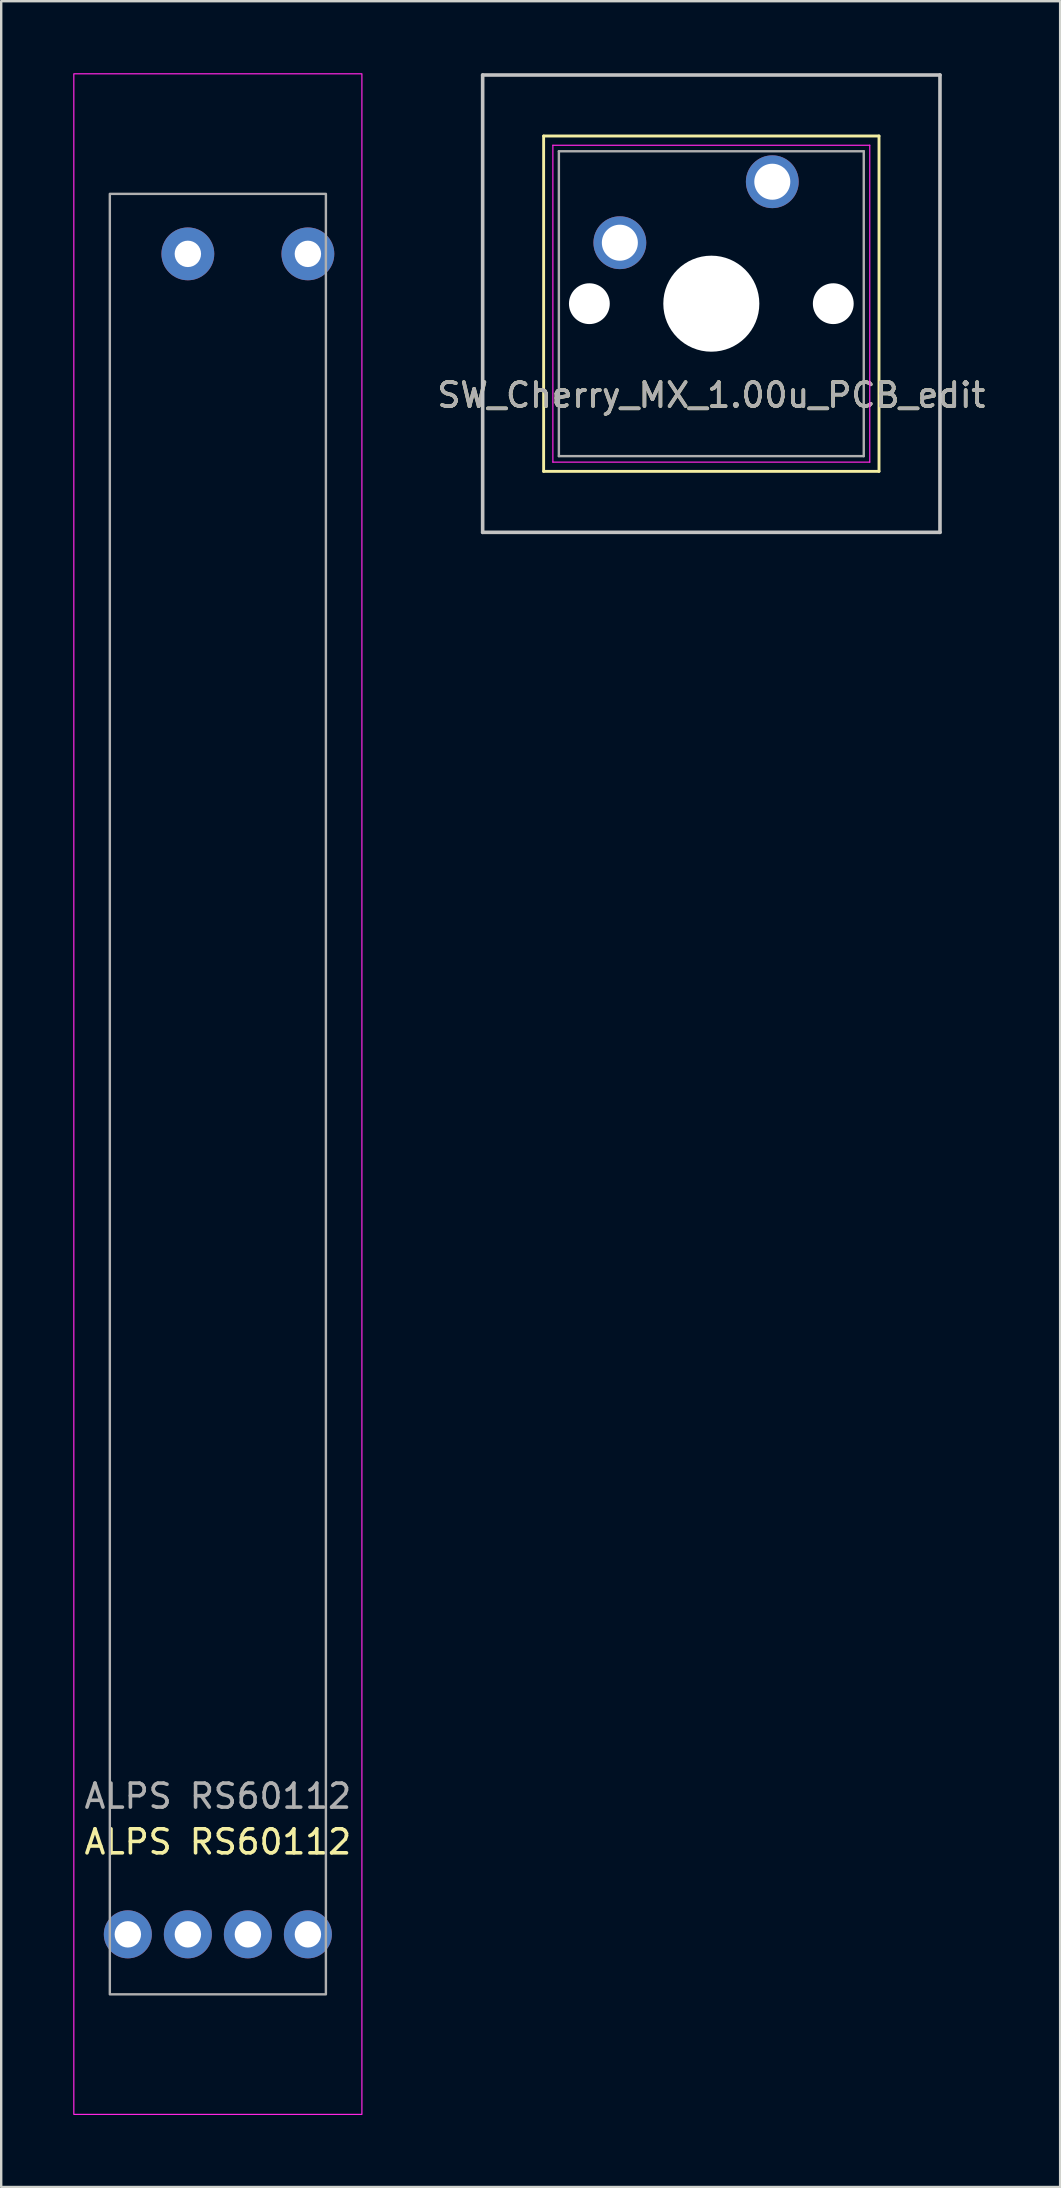
<source format=kicad_pcb>
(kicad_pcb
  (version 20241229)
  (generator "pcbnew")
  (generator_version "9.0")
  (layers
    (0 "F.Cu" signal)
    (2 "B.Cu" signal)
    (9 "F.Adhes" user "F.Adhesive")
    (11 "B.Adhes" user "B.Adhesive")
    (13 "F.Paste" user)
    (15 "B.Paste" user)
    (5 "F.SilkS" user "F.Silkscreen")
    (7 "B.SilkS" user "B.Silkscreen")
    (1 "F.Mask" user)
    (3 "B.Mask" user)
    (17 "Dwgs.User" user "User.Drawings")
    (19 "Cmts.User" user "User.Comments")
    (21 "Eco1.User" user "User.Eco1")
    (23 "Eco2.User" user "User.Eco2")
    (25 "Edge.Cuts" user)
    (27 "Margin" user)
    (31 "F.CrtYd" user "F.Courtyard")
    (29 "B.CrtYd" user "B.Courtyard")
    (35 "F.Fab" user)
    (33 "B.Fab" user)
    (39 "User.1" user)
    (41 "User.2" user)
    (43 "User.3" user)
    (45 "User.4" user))
  (footprint "SW_Cherry_MX_1.00u_PCB_edit"
    (layer "F.Cu")
    (at 26.58 9.6)
    (property "Reference" "SW_Cherry_MX_1.00u_PCB_edit" (at 0 3.81 0) (layer "F.SilkS") (effects (font (size 1 1) (thickness 0.15))))
    (attr through_hole)
    (fp_line (start -6.985 -6.985) (end 6.985 -6.985) (stroke (width 0.12) (type solid)) (layer "F.SilkS"))
    (fp_line (start -6.985 6.985) (end -6.985 -6.985) (stroke (width 0.12) (type solid)) (layer "F.SilkS"))
    (fp_line (start 6.985 -6.985) (end 6.985 6.985) (stroke (width 0.12) (type solid)) (layer "F.SilkS"))
    (fp_line (start 6.985 6.985) (end -6.985 6.985) (stroke (width 0.12) (type solid)) (layer "F.SilkS"))
    (fp_line (start -9.525 -9.525) (end 9.525 -9.525) (stroke (width 0.15) (type solid)) (layer "Dwgs.User"))
    (fp_line (start -9.525 9.525) (end -9.525 -9.525) (stroke (width 0.15) (type solid)) (layer "Dwgs.User"))
    (fp_line (start 9.525 -9.525) (end 9.525 9.525) (stroke (width 0.15) (type solid)) (layer "Dwgs.User"))
    (fp_line (start 9.525 9.525) (end -9.525 9.525) (stroke (width 0.15) (type solid)) (layer "Dwgs.User"))
    (fp_line (start -6.6 -6.6) (end 6.6 -6.6) (stroke (width 0.05) (type solid)) (layer "F.CrtYd"))
    (fp_line (start -6.6 6.6) (end -6.6 -6.6) (stroke (width 0.05) (type solid)) (layer "F.CrtYd"))
    (fp_line (start 6.6 -6.6) (end 6.6 6.6) (stroke (width 0.05) (type solid)) (layer "F.CrtYd"))
    (fp_line (start 6.6 6.6) (end -6.6 6.6) (stroke (width 0.05) (type solid)) (layer "F.CrtYd"))
    (fp_line (start -6.35 -6.35) (end 6.35 -6.35) (stroke (width 0.1) (type solid)) (layer "F.Fab"))
    (fp_line (start -6.35 6.35) (end -6.35 -6.35) (stroke (width 0.1) (type solid)) (layer "F.Fab"))
    (fp_line (start 6.35 -6.35) (end 6.35 6.35) (stroke (width 0.1) (type solid)) (layer "F.Fab"))
    (fp_line (start 6.35 6.35) (end -6.35 6.35) (stroke (width 0.1) (type solid)) (layer "F.Fab"))
    (fp_text user "${REFERENCE}" (at 0 3.81 0) (layer "F.Fab") (effects (font (size 1 1) (thickness 0.15))))
    (pad "" np_thru_hole circle (at -5.08 0) (size 1.7 1.7) (drill 1.7) (layers "*.Cu" "*.Mask"))
    (pad "" np_thru_hole circle (at 0 0) (size 4 4) (drill 4) (layers "*.Cu" "*.Mask"))
    (pad "" np_thru_hole circle (at 5.08 0) (size 1.7 1.7) (drill 1.7) (layers "*.Cu" "*.Mask"))
    (pad "1" thru_hole circle (at 2.54 -5.08) (size 2.2 2.2) (drill 1.5) (layers "*.Cu" "*.Mask"))
    (pad "2" thru_hole circle (at -3.81 -2.54) (size 2.2 2.2) (drill 1.5) (layers "*.Cu" "*.Mask")))
  (footprint "ALPS RS60112"
    (layer "F.Cu")
    (at 6.025 80.025)
    (property "Reference" "ALPS RS60112" (at 0 -6.35 0) (unlocked yes) (layer "F.SilkS") (effects (font (size 1 1) (thickness 0.15))))
    (attr through_hole)
    (fp_rect (start -6 -80) (end 6 5) (stroke (width 0.05) (type solid)) (fill no) (layer "F.CrtYd"))
    (fp_rect (start -4.5 -75) (end 4.5 0) (stroke (width 0.1) (type solid)) (fill no) (layer "F.Fab"))
    (fp_text user "${REFERENCE}" (at 0 -8.255 0) (unlocked yes) (layer "F.Fab") (effects (font (size 1 1) (thickness 0.15))))
    (pad "1" thru_hole circle (at -1.25 -2.5) (size 2 2) (drill 1.1) (layers "*.Cu" "*.Mask"))
    (pad "2" thru_hole circle (at -3.75 -2.5) (size 2 2) (drill 1.1) (layers "*.Cu" "*.Mask"))
    (pad "3" thru_hole circle (at -1.25 -72.5) (size 2.2 2.2) (drill 1.1) (layers "*.Cu" "*.Mask"))
    (pad "4" thru_hole circle (at 3.75 -2.5) (size 2 2) (drill 1.1) (layers "*.Cu" "*.Mask"))
    (pad "5" thru_hole circle (at 1.25 -2.5) (size 2 2) (drill 1.1) (layers "*.Cu" "*.Mask"))
    (pad "6" thru_hole circle (at 3.75 -72.5) (size 2.2 2.2) (drill 1.1) (layers "*.Cu" "*.Mask")))
  (gr_rect
    (start -3 -3)
    (end 41.11 88.05)
    (stroke (width 0.1) (type default))
    (fill no)
    (layer "Edge.Cuts")))
</source>
